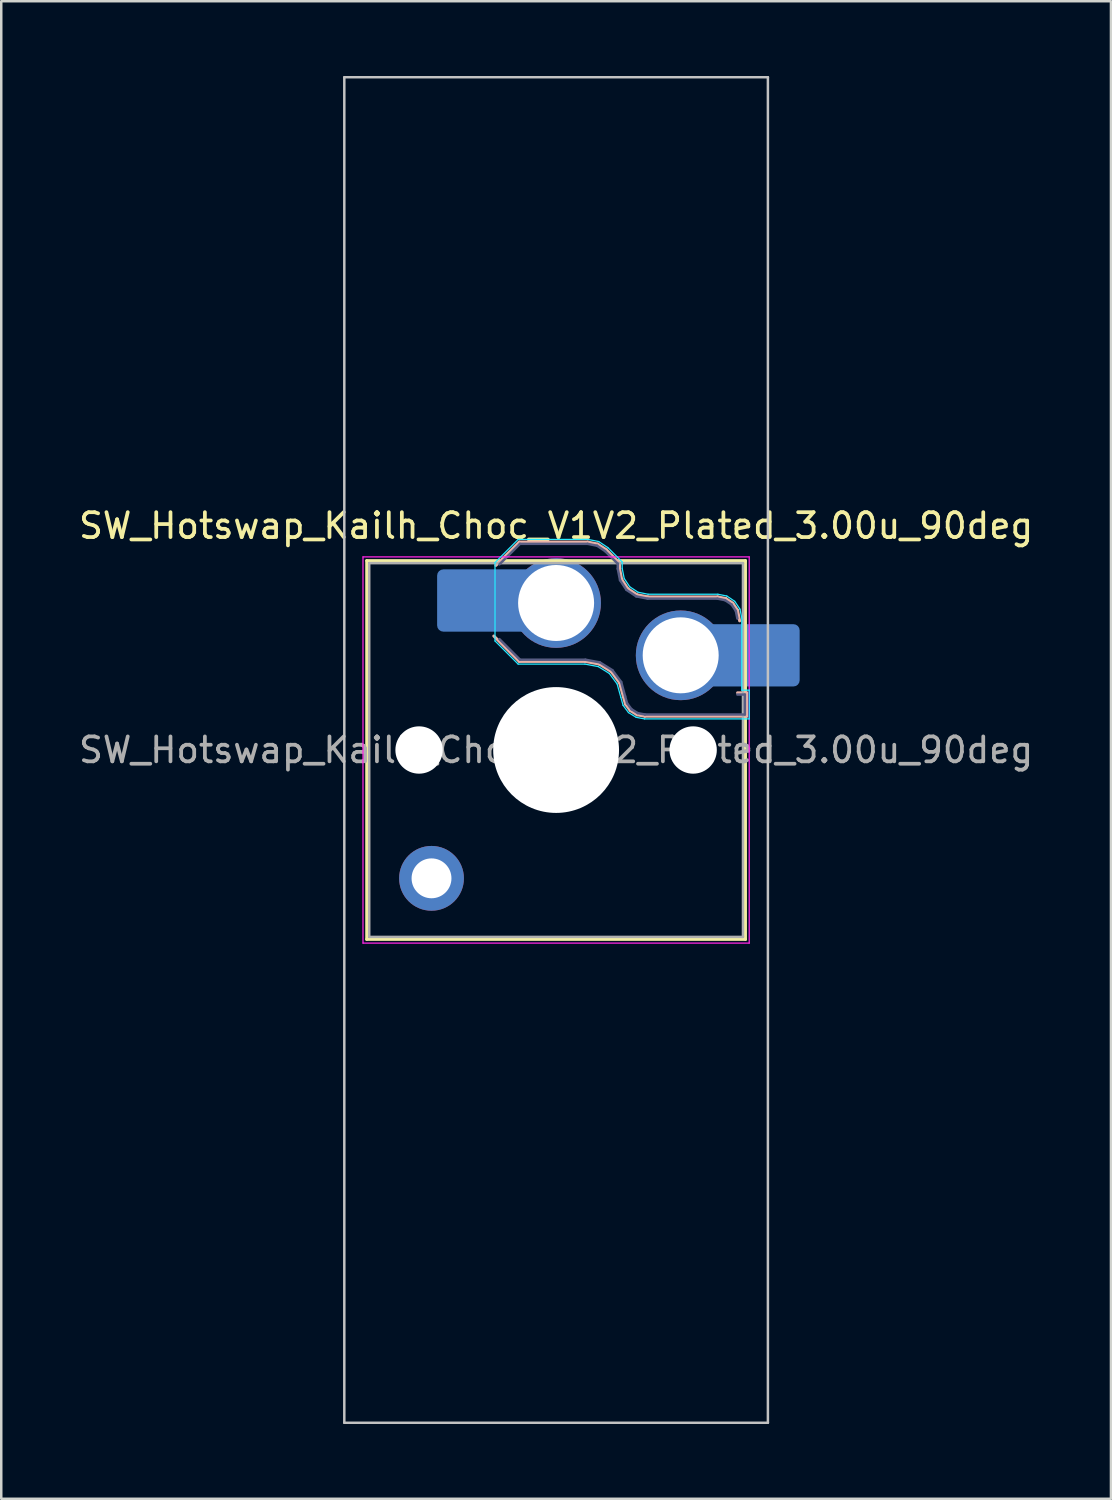
<source format=kicad_pcb>
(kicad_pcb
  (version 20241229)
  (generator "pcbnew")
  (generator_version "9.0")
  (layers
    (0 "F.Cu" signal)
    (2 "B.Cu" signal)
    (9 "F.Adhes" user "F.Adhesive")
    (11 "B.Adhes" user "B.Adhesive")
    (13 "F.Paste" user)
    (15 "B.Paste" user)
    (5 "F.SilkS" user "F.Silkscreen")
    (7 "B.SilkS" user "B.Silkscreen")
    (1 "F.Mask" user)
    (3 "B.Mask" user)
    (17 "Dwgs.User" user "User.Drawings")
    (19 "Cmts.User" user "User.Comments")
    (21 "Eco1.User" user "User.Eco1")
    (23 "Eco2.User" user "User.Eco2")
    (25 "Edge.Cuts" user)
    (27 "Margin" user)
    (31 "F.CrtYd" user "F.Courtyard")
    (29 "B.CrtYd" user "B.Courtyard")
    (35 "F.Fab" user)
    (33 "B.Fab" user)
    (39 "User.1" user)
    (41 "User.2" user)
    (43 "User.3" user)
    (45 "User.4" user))
  (footprint "SW_Hotswap_Kailh_Choc_V1V2_Plated_3.00u_90deg"
    (layer "F.Cu")
    (at 19.268 27.05)
    (property "Reference" "SW_Hotswap_Kailh_Choc_V1V2_Plated_3.00u_90deg" (at 0 -9 0) (layer "F.SilkS") (effects (font (size 1 1) (thickness 0.15))))
    (attr smd)
    (fp_line (start -7.6 -7.6) (end -7.6 7.6) (stroke (width 0.12) (type solid)) (layer "F.SilkS"))
    (fp_line (start -7.6 7.6) (end 7.6 7.6) (stroke (width 0.12) (type solid)) (layer "F.SilkS"))
    (fp_line (start 7.6 -7.6) (end -7.6 -7.6) (stroke (width 0.12) (type solid)) (layer "F.SilkS"))
    (fp_line (start 7.6 7.6) (end 7.6 -7.6) (stroke (width 0.12) (type solid)) (layer "F.SilkS"))
    (fp_line (start -2.416 -7.409) (end -1.479 -8.346) (stroke (width 0.12) (type solid)) (layer "B.SilkS"))
    (fp_line (start -1.479 -8.346) (end 1.268 -8.346) (stroke (width 0.12) (type solid)) (layer "B.SilkS"))
    (fp_line (start -1.479 -3.554) (end -2.5 -4.575) (stroke (width 0.12) (type solid)) (layer "B.SilkS"))
    (fp_line (start 1.168 -3.554) (end -1.479 -3.554) (stroke (width 0.12) (type solid)) (layer "B.SilkS"))
    (fp_line (start 1.268 -8.346) (end 1.671 -8.266) (stroke (width 0.12) (type solid)) (layer "B.SilkS"))
    (fp_line (start 1.671 -8.266) (end 2.013 -8.037) (stroke (width 0.12) (type solid)) (layer "B.SilkS"))
    (fp_line (start 1.73 -3.449) (end 1.168 -3.554) (stroke (width 0.12) (type solid)) (layer "B.SilkS"))
    (fp_line (start 2.013 -8.037) (end 2.546 -7.504) (stroke (width 0.12) (type solid)) (layer "B.SilkS"))
    (fp_line (start 2.209 -3.15) (end 1.73 -3.449) (stroke (width 0.12) (type solid)) (layer "B.SilkS"))
    (fp_line (start 2.546 -7.504) (end 2.546 -7.282) (stroke (width 0.12) (type solid)) (layer "B.SilkS"))
    (fp_line (start 2.546 -7.282) (end 2.633 -6.844) (stroke (width 0.12) (type solid)) (layer "B.SilkS"))
    (fp_line (start 2.547 -2.697) (end 2.209 -3.15) (stroke (width 0.12) (type solid)) (layer "B.SilkS"))
    (fp_line (start 2.633 -6.844) (end 2.877 -6.477) (stroke (width 0.12) (type solid)) (layer "B.SilkS"))
    (fp_line (start 2.701 -2.139) (end 2.547 -2.697) (stroke (width 0.12) (type solid)) (layer "B.SilkS"))
    (fp_line (start 2.783 -1.841) (end 2.701 -2.139) (stroke (width 0.12) (type solid)) (layer "B.SilkS"))
    (fp_line (start 2.877 -6.477) (end 3.244 -6.233) (stroke (width 0.12) (type solid)) (layer "B.SilkS"))
    (fp_line (start 2.976 -1.583) (end 2.783 -1.841) (stroke (width 0.12) (type solid)) (layer "B.SilkS"))
    (fp_line (start 3.244 -6.233) (end 3.682 -6.146) (stroke (width 0.12) (type solid)) (layer "B.SilkS"))
    (fp_line (start 3.25 -1.413) (end 2.976 -1.583) (stroke (width 0.12) (type solid)) (layer "B.SilkS"))
    (fp_line (start 3.56 -1.354) (end 3.25 -1.413) (stroke (width 0.12) (type solid)) (layer "B.SilkS"))
    (fp_line (start 3.682 -6.146) (end 6.482 -6.146) (stroke (width 0.12) (type solid)) (layer "B.SilkS"))
    (fp_line (start 6.482 -6.146) (end 6.809 -6.081) (stroke (width 0.12) (type solid)) (layer "B.SilkS"))
    (fp_line (start 6.809 -6.081) (end 7.092 -5.892) (stroke (width 0.12) (type solid)) (layer "B.SilkS"))
    (fp_line (start 7.092 -5.892) (end 7.281 -5.609) (stroke (width 0.12) (type solid)) (layer "B.SilkS"))
    (fp_line (start 7.281 -5.609) (end 7.366 -5.182) (stroke (width 0.12) (type solid)) (layer "B.SilkS"))
    (fp_line (start 7.283 -2.296) (end 7.646 -2.296) (stroke (width 0.12) (type solid)) (layer "B.SilkS"))
    (fp_line (start 7.646 -2.296) (end 7.646 -1.354) (stroke (width 0.12) (type solid)) (layer "B.SilkS"))
    (fp_line (start 7.646 -1.354) (end 3.56 -1.354) (stroke (width 0.12) (type solid)) (layer "B.SilkS"))
    (fp_line (start -8.5 -27) (end 8.5 -27) (stroke (width 0.1) (type solid)) (layer "Dwgs.User"))
    (fp_line (start -8.5 27) (end -8.5 -27) (stroke (width 0.1) (type solid)) (layer "Dwgs.User"))
    (fp_line (start 8.5 -27) (end 8.5 27) (stroke (width 0.1) (type solid)) (layer "Dwgs.User"))
    (fp_line (start 8.5 27) (end -8.5 27) (stroke (width 0.1) (type solid)) (layer "Dwgs.User"))
    (fp_line (start -7.25 -7.25) (end -7.25 7.25) (stroke (width 0.1) (type solid)) (layer "Eco1.User"))
    (fp_line (start -7.25 7.25) (end 7.25 7.25) (stroke (width 0.1) (type solid)) (layer "Eco1.User"))
    (fp_line (start 7.25 -7.25) (end -7.25 -7.25) (stroke (width 0.1) (type solid)) (layer "Eco1.User"))
    (fp_line (start 7.25 7.25) (end 7.25 -7.25) (stroke (width 0.1) (type solid)) (layer "Eco1.User"))
    (fp_line (start -2.452 -7.523) (end -1.523 -8.452) (stroke (width 0.05) (type solid)) (layer "B.CrtYd"))
    (fp_line (start -2.452 -4.377) (end -2.452 -7.523) (stroke (width 0.05) (type solid)) (layer "B.CrtYd"))
    (fp_line (start -1.523 -8.452) (end 1.278 -8.452) (stroke (width 0.05) (type solid)) (layer "B.CrtYd"))
    (fp_line (start -1.523 -3.448) (end -2.452 -4.377) (stroke (width 0.05) (type solid)) (layer "B.CrtYd"))
    (fp_line (start 1.159 -3.448) (end -1.523 -3.448) (stroke (width 0.05) (type solid)) (layer "B.CrtYd"))
    (fp_line (start 1.278 -8.452) (end 1.712 -8.366) (stroke (width 0.05) (type solid)) (layer "B.CrtYd"))
    (fp_line (start 1.691 -3.348) (end 1.159 -3.448) (stroke (width 0.05) (type solid)) (layer "B.CrtYd"))
    (fp_line (start 1.712 -8.366) (end 2.081 -8.119) (stroke (width 0.05) (type solid)) (layer "B.CrtYd"))
    (fp_line (start 2.081 -8.119) (end 2.652 -7.548) (stroke (width 0.05) (type solid)) (layer "B.CrtYd"))
    (fp_line (start 2.136 -3.071) (end 1.691 -3.348) (stroke (width 0.05) (type solid)) (layer "B.CrtYd"))
    (fp_line (start 2.45 -2.65) (end 2.136 -3.071) (stroke (width 0.05) (type solid)) (layer "B.CrtYd"))
    (fp_line (start 2.599 -2.111) (end 2.45 -2.65) (stroke (width 0.05) (type solid)) (layer "B.CrtYd"))
    (fp_line (start 2.652 -7.548) (end 2.652 -7.292) (stroke (width 0.05) (type solid)) (layer "B.CrtYd"))
    (fp_line (start 2.652 -7.292) (end 2.733 -6.885) (stroke (width 0.05) (type solid)) (layer "B.CrtYd"))
    (fp_line (start 2.687 -1.794) (end 2.599 -2.111) (stroke (width 0.05) (type solid)) (layer "B.CrtYd"))
    (fp_line (start 2.733 -6.885) (end 2.953 -6.553) (stroke (width 0.05) (type solid)) (layer "B.CrtYd"))
    (fp_line (start 2.903 -1.503) (end 2.687 -1.794) (stroke (width 0.05) (type solid)) (layer "B.CrtYd"))
    (fp_line (start 2.953 -6.553) (end 3.285 -6.333) (stroke (width 0.05) (type solid)) (layer "B.CrtYd"))
    (fp_line (start 3.211 -1.312) (end 2.903 -1.503) (stroke (width 0.05) (type solid)) (layer "B.CrtYd"))
    (fp_line (start 3.285 -6.333) (end 3.692 -6.252) (stroke (width 0.05) (type solid)) (layer "B.CrtYd"))
    (fp_line (start 3.55 -1.248) (end 3.211 -1.312) (stroke (width 0.05) (type solid)) (layer "B.CrtYd"))
    (fp_line (start 3.692 -6.252) (end 6.492 -6.252) (stroke (width 0.05) (type solid)) (layer "B.CrtYd"))
    (fp_line (start 6.492 -6.252) (end 6.85 -6.181) (stroke (width 0.05) (type solid)) (layer "B.CrtYd"))
    (fp_line (start 6.85 -6.181) (end 7.168 -5.968) (stroke (width 0.05) (type solid)) (layer "B.CrtYd"))
    (fp_line (start 7.168 -5.968) (end 7.381 -5.65) (stroke (width 0.05) (type solid)) (layer "B.CrtYd"))
    (fp_line (start 7.381 -5.65) (end 7.452 -5.292) (stroke (width 0.05) (type solid)) (layer "B.CrtYd"))
    (fp_line (start 7.452 -5.292) (end 7.452 -2.402) (stroke (width 0.05) (type solid)) (layer "B.CrtYd"))
    (fp_line (start 7.452 -2.402) (end 7.752 -2.402) (stroke (width 0.05) (type solid)) (layer "B.CrtYd"))
    (fp_line (start 7.752 -2.402) (end 7.752 -1.248) (stroke (width 0.05) (type solid)) (layer "B.CrtYd"))
    (fp_line (start 7.752 -1.248) (end 3.55 -1.248) (stroke (width 0.05) (type solid)) (layer "B.CrtYd"))
    (fp_line (start -7.75 -7.75) (end -7.75 7.75) (stroke (width 0.05) (type solid)) (layer "F.CrtYd"))
    (fp_line (start -7.75 7.75) (end 7.75 7.75) (stroke (width 0.05) (type solid)) (layer "F.CrtYd"))
    (fp_line (start 7.75 -7.75) (end -7.75 -7.75) (stroke (width 0.05) (type solid)) (layer "F.CrtYd"))
    (fp_line (start 7.75 7.75) (end 7.75 -7.75) (stroke (width 0.05) (type solid)) (layer "F.CrtYd"))
    (fp_line (start -2.275 -7.45) (end -1.45 -8.275) (stroke (width 0.1) (type solid)) (layer "B.Fab"))
    (fp_line (start -1.45 -8.275) (end 1.261 -8.275) (stroke (width 0.1) (type solid)) (layer "B.Fab"))
    (fp_line (start -1.45 -3.625) (end -2.275 -4.45) (stroke (width 0.1) (type solid)) (layer "B.Fab"))
    (fp_line (start 1.175 -3.625) (end -1.45 -3.625) (stroke (width 0.1) (type solid)) (layer "B.Fab"))
    (fp_line (start 1.261 -8.275) (end 1.643 -8.199) (stroke (width 0.1) (type solid)) (layer "B.Fab"))
    (fp_line (start 1.643 -8.199) (end 1.968 -7.982) (stroke (width 0.1) (type solid)) (layer "B.Fab"))
    (fp_line (start 1.756 -3.516) (end 1.175 -3.625) (stroke (width 0.1) (type solid)) (layer "B.Fab"))
    (fp_line (start 1.968 -7.982) (end 2.475 -7.475) (stroke (width 0.1) (type solid)) (layer "B.Fab"))
    (fp_line (start 2.258 -3.203) (end 1.756 -3.516) (stroke (width 0.1) (type solid)) (layer "B.Fab"))
    (fp_line (start 2.475 -7.475) (end 2.475 -7.275) (stroke (width 0.1) (type solid)) (layer "B.Fab"))
    (fp_line (start 2.475 -7.275) (end 2.566 -6.816) (stroke (width 0.1) (type solid)) (layer "B.Fab"))
    (fp_line (start 2.566 -6.816) (end 2.826 -6.426) (stroke (width 0.1) (type solid)) (layer "B.Fab"))
    (fp_line (start 2.612 -2.729) (end 2.258 -3.203) (stroke (width 0.1) (type solid)) (layer "B.Fab"))
    (fp_line (start 2.769 -2.158) (end 2.612 -2.729) (stroke (width 0.1) (type solid)) (layer "B.Fab"))
    (fp_line (start 2.826 -6.426) (end 3.216 -6.166) (stroke (width 0.1) (type solid)) (layer "B.Fab"))
    (fp_line (start 2.848 -1.873) (end 2.769 -2.158) (stroke (width 0.1) (type solid)) (layer "B.Fab"))
    (fp_line (start 3.025 -1.636) (end 2.848 -1.873) (stroke (width 0.1) (type solid)) (layer "B.Fab"))
    (fp_line (start 3.216 -6.166) (end 3.675 -6.075) (stroke (width 0.1) (type solid)) (layer "B.Fab"))
    (fp_line (start 3.276 -1.48) (end 3.025 -1.636) (stroke (width 0.1) (type solid)) (layer "B.Fab"))
    (fp_line (start 3.567 -1.425) (end 3.276 -1.48) (stroke (width 0.1) (type solid)) (layer "B.Fab"))
    (fp_line (start 3.675 -6.075) (end 6.475 -6.075) (stroke (width 0.1) (type solid)) (layer "B.Fab"))
    (fp_line (start 6.475 -6.075) (end 6.781 -6.014) (stroke (width 0.1) (type solid)) (layer "B.Fab"))
    (fp_line (start 6.781 -6.014) (end 7.041 -5.841) (stroke (width 0.1) (type solid)) (layer "B.Fab"))
    (fp_line (start 7.041 -5.841) (end 7.214 -5.581) (stroke (width 0.1) (type solid)) (layer "B.Fab"))
    (fp_line (start 7.214 -5.581) (end 7.275 -5.275) (stroke (width 0.1) (type solid)) (layer "B.Fab"))
    (fp_line (start 7.275 -2.225) (end 7.575 -2.225) (stroke (width 0.1) (type solid)) (layer "B.Fab"))
    (fp_line (start 7.575 -2.225) (end 7.575 -1.425) (stroke (width 0.1) (type solid)) (layer "B.Fab"))
    (fp_line (start 7.575 -1.425) (end 3.567 -1.425) (stroke (width 0.1) (type solid)) (layer "B.Fab"))
    (fp_line (start -7.5 -7.5) (end -7.5 7.5) (stroke (width 0.1) (type solid)) (layer "F.Fab"))
    (fp_line (start -7.5 7.5) (end 7.5 7.5) (stroke (width 0.1) (type solid)) (layer "F.Fab"))
    (fp_line (start 7.5 -7.5) (end -7.5 -7.5) (stroke (width 0.1) (type solid)) (layer "F.Fab"))
    (fp_line (start 7.5 7.5) (end 7.5 -7.5) (stroke (width 0.1) (type solid)) (layer "F.Fab"))
    (fp_text user "${REFERENCE}" (at 0 0 0) (layer "F.Fab") (effects (font (size 1 1) (thickness 0.15))))
    (pad "" np_thru_hole circle (at -5.5 0) (size 1.9 1.9) (drill 1.9) (layers "*.Cu" "*.Mask"))
    (pad "" thru_hole circle (at -5 5.15) (size 2.6 2.6) (drill 1.6) (layers "*.Cu" "*.Mask"))
    (pad "" smd roundrect (at -3.5 -6) (size 2.55 2.5) (layers "B.Mask" "B.Paste") (roundrect_rratio 0.1))
    (pad "" np_thru_hole circle (at 0 0) (size 5.05 5.05) (drill 5.05) (layers "*.Cu" "*.Mask"))
    (pad "" np_thru_hole circle (at 5.5 0) (size 1.9 1.9) (drill 1.9) (layers "*.Cu" "*.Mask"))
    (pad "" smd roundrect (at 8.5 -3.8) (size 2.55 2.5) (layers "B.Mask" "B.Paste") (roundrect_rratio 0.1))
    (pad "1" smd roundrect (at -2.85 -6) (size 3.85 2.5) (layers "B.Cu") (roundrect_rratio 0.1))
    (pad "1" thru_hole circle (at 0 -5.9) (size 3.6 3.6) (drill 3.05) (layers "*.Cu" "*.Mask"))
    (pad "2" thru_hole circle (at 5 -3.8) (size 3.6 3.6) (drill 3.05) (layers "*.Cu" "*.Mask"))
    (pad "2" smd roundrect (at 7.85 -3.8) (size 3.85 2.5) (layers "B.Cu") (roundrect_rratio 0.1)))
  (gr_rect
    (start -3 -3)
    (end 41.536 57.1)
    (stroke (width 0.1) (type default))
    (fill no)
    (layer "Edge.Cuts")))
</source>
